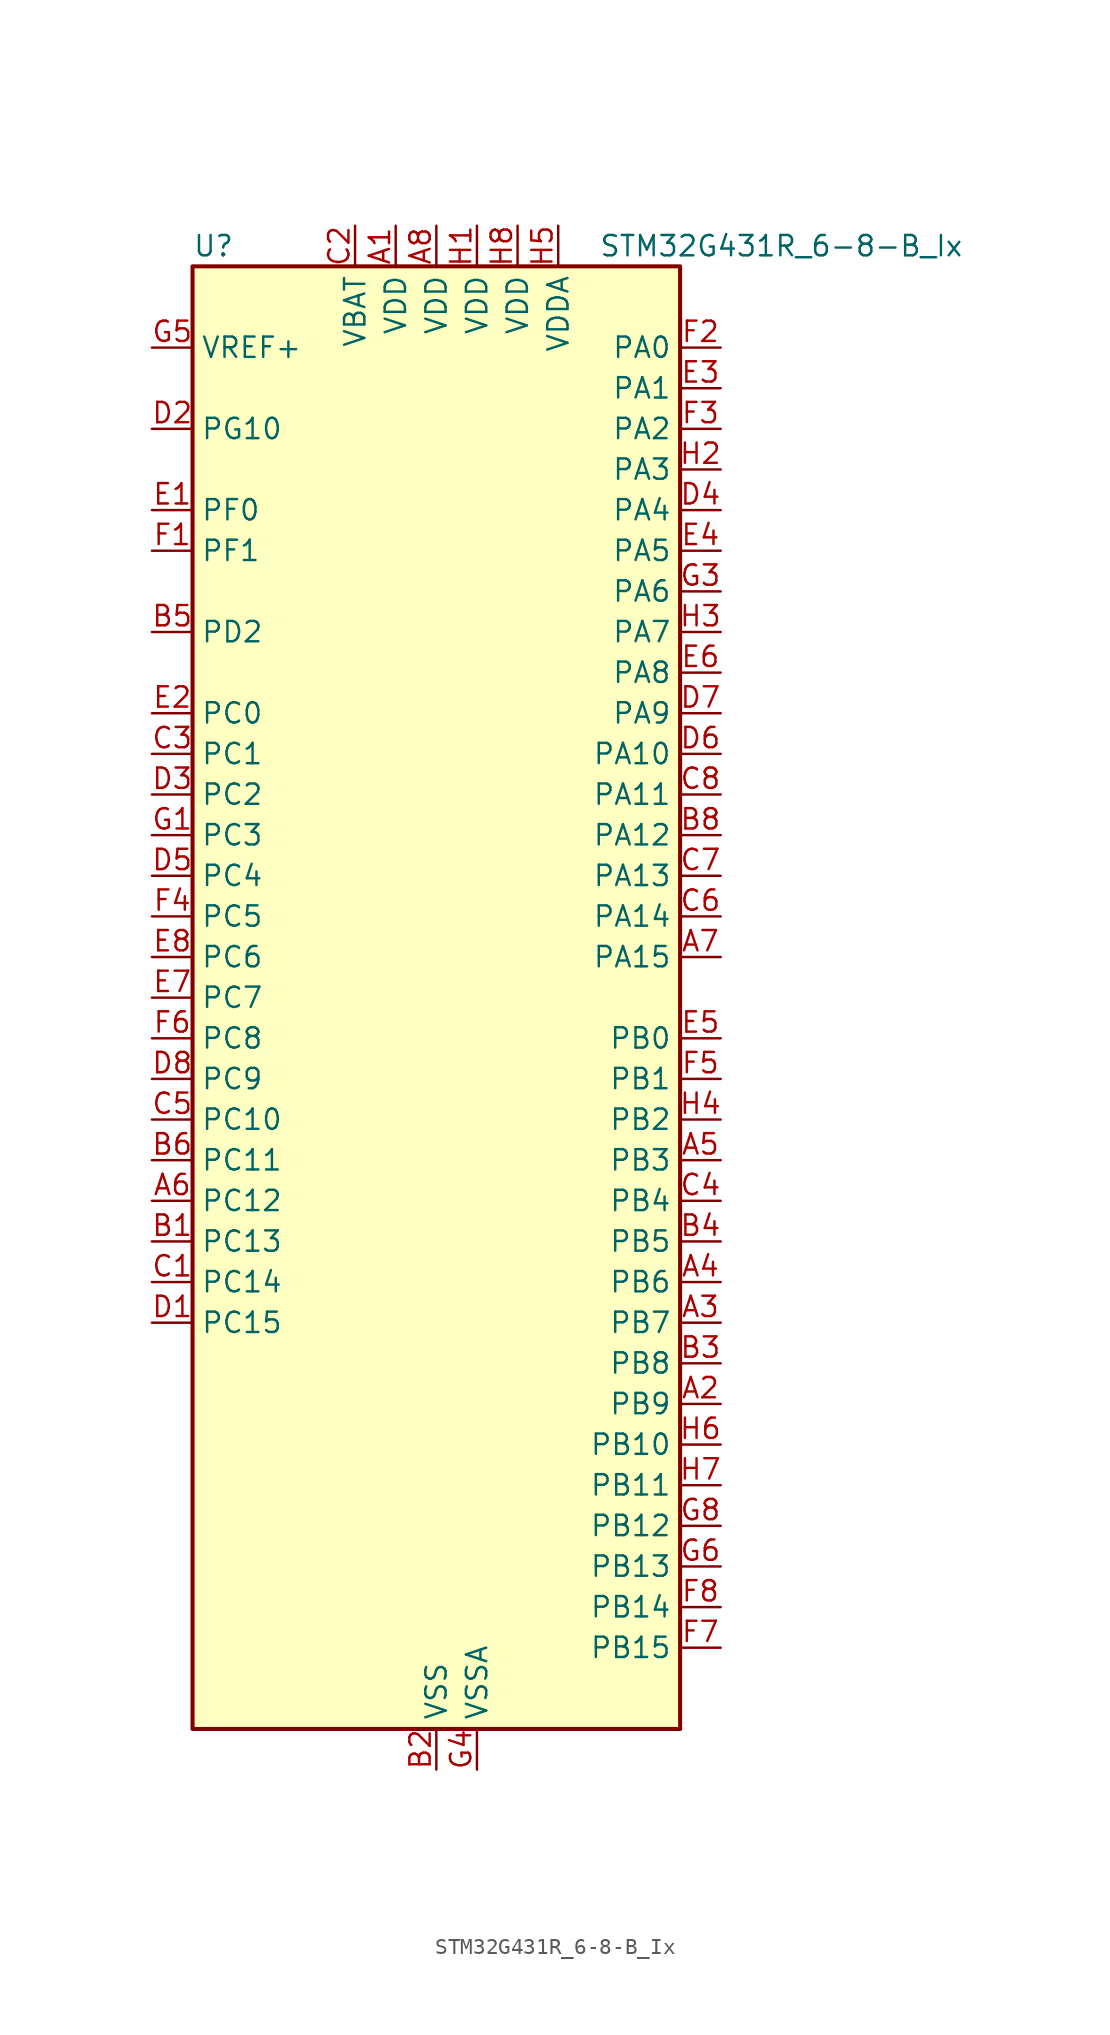
<source format=kicad_sym>
(kicad_symbol_lib
  (version 20241209)
  (generator "kicad_symbol_editor")
  (generator_version "9.0")
  (symbol "STM32G431R_6-8-B_Ix"
    (property "Reference" "U"
      (at -15.24 46.99 0)
      (effects (font (size 1.27 1.27)) (justify left)))
    (property "Value" "STM32G431R_6-8-B_Ix"
      (at 10.16 46.99 0)
      (effects (font (size 1.27 1.27)) (justify left)))
    (symbol "STM32G431R_6-8-B_Ix_0_1"
      (rectangle (start -15.24 -45.72) (end 15.24 45.72) (stroke (width 0.254) (type default)) (fill (type background))))
    (symbol "STM32G431R_6-8-B_Ix_1_1"
      (pin input line (at -17.78 40.64 0) (length 2.54) (name "VREF+" (effects (font (size 1.27 1.27)))) (number "G5" (effects (font (size 1.27 1.27)))) (alternate "VREFBUF_OUT" bidirectional line))
      (pin bidirectional line (at -17.78 35.56 0) (length 2.54) (name "PG10" (effects (font (size 1.27 1.27)))) (number "D2" (effects (font (size 1.27 1.27)))) (alternate "DAC1_EXTI10" bidirectional line) (alternate "DAC3_EXTI10" bidirectional line) (alternate "RCC_MCO" bidirectional line))
      (pin bidirectional line (at -17.78 30.48 0) (length 2.54) (name "PF0" (effects (font (size 1.27 1.27)))) (number "E1" (effects (font (size 1.27 1.27)))) (alternate "ADC1_IN10" bidirectional line) (alternate "I2C2_SDA" bidirectional line) (alternate "I2S2_WS" bidirectional line) (alternate "RCC_OSC_IN" bidirectional line) (alternate "SPI2_NSS" bidirectional line) (alternate "TIM1_CH3N" bidirectional line))
      (pin bidirectional line (at -17.78 27.94 0) (length 2.54) (name "PF1" (effects (font (size 1.27 1.27)))) (number "F1" (effects (font (size 1.27 1.27)))) (alternate "ADC2_IN10" bidirectional line) (alternate "COMP3_INM" bidirectional line) (alternate "I2S2_CK" bidirectional line) (alternate "RCC_OSC_OUT" bidirectional line) (alternate "SPI2_SCK" bidirectional line))
      (pin bidirectional line (at -17.78 22.86 0) (length 2.54) (name "PD2" (effects (font (size 1.27 1.27)))) (number "B5" (effects (font (size 1.27 1.27)))) (alternate "TIM3_ETR" bidirectional line) (alternate "TIM8_BKIN" bidirectional line))
      (pin bidirectional line (at -17.78 17.78 0) (length 2.54) (name "PC0" (effects (font (size 1.27 1.27)))) (number "E2" (effects (font (size 1.27 1.27)))) (alternate "ADC1_IN6" bidirectional line) (alternate "ADC2_IN6" bidirectional line) (alternate "COMP3_INM" bidirectional line) (alternate "LPTIM1_IN1" bidirectional line) (alternate "LPUART1_RX" bidirectional line) (alternate "TIM1_CH1" bidirectional line))
      (pin bidirectional line (at -17.78 15.24 0) (length 2.54) (name "PC1" (effects (font (size 1.27 1.27)))) (number "C3" (effects (font (size 1.27 1.27)))) (alternate "ADC1_IN7" bidirectional line) (alternate "ADC2_IN7" bidirectional line) (alternate "COMP3_INP" bidirectional line) (alternate "LPTIM1_OUT" bidirectional line) (alternate "LPUART1_TX" bidirectional line) (alternate "SAI1_SD_A" bidirectional line) (alternate "TIM1_CH2" bidirectional line))
      (pin bidirectional line (at -17.78 12.7 0) (length 2.54) (name "PC2" (effects (font (size 1.27 1.27)))) (number "D3" (effects (font (size 1.27 1.27)))) (alternate "ADC1_IN8" bidirectional line) (alternate "ADC2_IN8" bidirectional line) (alternate "COMP3_OUT" bidirectional line) (alternate "LPTIM1_IN2" bidirectional line) (alternate "TIM1_CH3" bidirectional line))
      (pin bidirectional line (at -17.78 10.16 0) (length 2.54) (name "PC3" (effects (font (size 1.27 1.27)))) (number "G1" (effects (font (size 1.27 1.27)))) (alternate "ADC1_IN9" bidirectional line) (alternate "ADC2_IN9" bidirectional line) (alternate "LPTIM1_ETR" bidirectional line) (alternate "SAI1_D1" bidirectional line) (alternate "SAI1_SD_A" bidirectional line) (alternate "TIM1_BKIN2" bidirectional line) (alternate "TIM1_CH4" bidirectional line))
      (pin bidirectional line (at -17.78 7.62 0) (length 2.54) (name "PC4" (effects (font (size 1.27 1.27)))) (number "D5" (effects (font (size 1.27 1.27)))) (alternate "ADC2_IN5" bidirectional line) (alternate "I2C2_SCL" bidirectional line) (alternate "TIM1_ETR" bidirectional line) (alternate "USART1_TX" bidirectional line))
      (pin bidirectional line (at -17.78 5.08 0) (length 2.54) (name "PC5" (effects (font (size 1.27 1.27)))) (number "F4" (effects (font (size 1.27 1.27)))) (alternate "ADC2_IN11" bidirectional line) (alternate "OPAMP1_VINM" bidirectional line) (alternate "OPAMP1_VINM1" bidirectional line) (alternate "OPAMP1_VINM_SEC" bidirectional line) (alternate "OPAMP2_VINM" bidirectional line) (alternate "OPAMP2_VINM1" bidirectional line) (alternate "OPAMP2_VINM_SEC" bidirectional line) (alternate "SAI1_D3" bidirectional line) (alternate "SYS_WKUP5" bidirectional line) (alternate "TIM15_BKIN" bidirectional line) (alternate "TIM1_CH4N" bidirectional line) (alternate "USART1_RX" bidirectional line))
      (pin bidirectional line (at -17.78 2.54 0) (length 2.54) (name "PC6" (effects (font (size 1.27 1.27)))) (number "E8" (effects (font (size 1.27 1.27)))) (alternate "I2S2_MCK" bidirectional line) (alternate "TIM3_CH1" bidirectional line) (alternate "TIM8_CH1" bidirectional line))
      (pin bidirectional line (at -17.78 0 0) (length 2.54) (name "PC7" (effects (font (size 1.27 1.27)))) (number "E7" (effects (font (size 1.27 1.27)))) (alternate "I2S3_MCK" bidirectional line) (alternate "TIM3_CH2" bidirectional line) (alternate "TIM8_CH2" bidirectional line))
      (pin bidirectional line (at -17.78 -2.54 0) (length 2.54) (name "PC8" (effects (font (size 1.27 1.27)))) (number "F6" (effects (font (size 1.27 1.27)))) (alternate "I2C3_SCL" bidirectional line) (alternate "TIM3_CH3" bidirectional line) (alternate "TIM8_CH3" bidirectional line))
      (pin bidirectional line (at -17.78 -5.08 0) (length 2.54) (name "PC9" (effects (font (size 1.27 1.27)))) (number "D8" (effects (font (size 1.27 1.27)))) (alternate "DAC1_EXTI9" bidirectional line) (alternate "DAC3_EXTI9" bidirectional line) (alternate "I2C3_SDA" bidirectional line) (alternate "I2S_CKIN" bidirectional line) (alternate "TIM3_CH4" bidirectional line) (alternate "TIM8_BKIN2" bidirectional line) (alternate "TIM8_CH4" bidirectional line))
      (pin bidirectional line (at -17.78 -7.62 0) (length 2.54) (name "PC10" (effects (font (size 1.27 1.27)))) (number "C5" (effects (font (size 1.27 1.27)))) (alternate "DAC1_EXTI10" bidirectional line) (alternate "DAC3_EXTI10" bidirectional line) (alternate "I2S3_CK" bidirectional line) (alternate "SPI3_SCK" bidirectional line) (alternate "TIM8_CH1N" bidirectional line) (alternate "UART4_TX" bidirectional line) (alternate "USART3_TX" bidirectional line))
      (pin bidirectional line (at -17.78 -10.16 0) (length 2.54) (name "PC11" (effects (font (size 1.27 1.27)))) (number "B6" (effects (font (size 1.27 1.27)))) (alternate "ADC1_EXTI11" bidirectional line) (alternate "ADC2_EXTI11" bidirectional line) (alternate "I2C3_SDA" bidirectional line) (alternate "SPI3_MISO" bidirectional line) (alternate "TIM8_CH2N" bidirectional line) (alternate "UART4_RX" bidirectional line) (alternate "USART3_RX" bidirectional line))
      (pin bidirectional line (at -17.78 -12.7 0) (length 2.54) (name "PC12" (effects (font (size 1.27 1.27)))) (number "A6" (effects (font (size 1.27 1.27)))) (alternate "I2S3_SD" bidirectional line) (alternate "SPI3_MOSI" bidirectional line) (alternate "TIM8_CH3N" bidirectional line) (alternate "UCPD1_FRSTX1" bidirectional line) (alternate "UCPD1_FRSTX2" bidirectional line) (alternate "USART3_CK" bidirectional line))
      (pin bidirectional line (at -17.78 -15.24 0) (length 2.54) (name "PC13" (effects (font (size 1.27 1.27)))) (number "B1" (effects (font (size 1.27 1.27)))) (alternate "RTC_OUT1" bidirectional line) (alternate "RTC_TAMP1" bidirectional line) (alternate "RTC_TS" bidirectional line) (alternate "SYS_WKUP2" bidirectional line) (alternate "TIM1_BKIN" bidirectional line) (alternate "TIM1_CH1N" bidirectional line) (alternate "TIM8_CH4N" bidirectional line))
      (pin bidirectional line (at -17.78 -17.78 0) (length 2.54) (name "PC14" (effects (font (size 1.27 1.27)))) (number "C1" (effects (font (size 1.27 1.27)))) (alternate "RCC_OSC32_IN" bidirectional line))
      (pin bidirectional line (at -17.78 -20.32 0) (length 2.54) (name "PC15" (effects (font (size 1.27 1.27)))) (number "D1" (effects (font (size 1.27 1.27)))) (alternate "ADC1_EXTI15" bidirectional line) (alternate "ADC2_EXTI15" bidirectional line) (alternate "RCC_OSC32_OUT" bidirectional line))
      (pin power_in line (at -5.08 48.26 270) (length 2.54) (name "VBAT" (effects (font (size 1.27 1.27)))) (number "C2" (effects (font (size 1.27 1.27)))))
      (pin power_in line (at -2.54 48.26 270) (length 2.54) (name "VDD" (effects (font (size 1.27 1.27)))) (number "A1" (effects (font (size 1.27 1.27)))))
      (pin power_in line (at 0 48.26 270) (length 2.54) (name "VDD" (effects (font (size 1.27 1.27)))) (number "A8" (effects (font (size 1.27 1.27)))))
      (pin power_in line (at 0 -48.26 90) (length 2.54) (name "VSS" (effects (font (size 1.27 1.27)))) (number "B2" (effects (font (size 1.27 1.27)))))
      (pin passive line (at 0 -48.26 90) (length 2.54) (hide yes) (name "VSS" (effects (font (size 1.27 1.27)))) (number "B7" (effects (font (size 1.27 1.27)))))
      (pin passive line (at 0 -48.26 90) (length 2.54) (hide yes) (name "VSS" (effects (font (size 1.27 1.27)))) (number "G2" (effects (font (size 1.27 1.27)))))
      (pin passive line (at 0 -48.26 90) (length 2.54) (hide yes) (name "VSS" (effects (font (size 1.27 1.27)))) (number "G7" (effects (font (size 1.27 1.27)))))
      (pin power_in line (at 2.54 48.26 270) (length 2.54) (name "VDD" (effects (font (size 1.27 1.27)))) (number "H1" (effects (font (size 1.27 1.27)))))
      (pin power_in line (at 2.54 -48.26 90) (length 2.54) (name "VSSA" (effects (font (size 1.27 1.27)))) (number "G4" (effects (font (size 1.27 1.27)))))
      (pin power_in line (at 5.08 48.26 270) (length 2.54) (name "VDD" (effects (font (size 1.27 1.27)))) (number "H8" (effects (font (size 1.27 1.27)))))
      (pin power_in line (at 7.62 48.26 270) (length 2.54) (name "VDDA" (effects (font (size 1.27 1.27)))) (number "H5" (effects (font (size 1.27 1.27)))))
      (pin bidirectional line (at 17.78 40.64 180) (length 2.54) (name "PA0" (effects (font (size 1.27 1.27)))) (number "F2" (effects (font (size 1.27 1.27)))) (alternate "ADC1_IN1" bidirectional line) (alternate "ADC2_IN1" bidirectional line) (alternate "COMP1_INM" bidirectional line) (alternate "COMP1_OUT" bidirectional line) (alternate "COMP3_INP" bidirectional line) (alternate "RTC_TAMP2" bidirectional line) (alternate "SYS_WKUP1" bidirectional line) (alternate "TIM2_CH1" bidirectional line) (alternate "TIM2_ETR" bidirectional line) (alternate "TIM8_BKIN" bidirectional line) (alternate "TIM8_ETR" bidirectional line) (alternate "USART2_CTS" bidirectional line) (alternate "USART2_NSS" bidirectional line))
      (pin bidirectional line (at 17.78 38.1 180) (length 2.54) (name "PA1" (effects (font (size 1.27 1.27)))) (number "E3" (effects (font (size 1.27 1.27)))) (alternate "ADC1_IN2" bidirectional line) (alternate "ADC2_IN2" bidirectional line) (alternate "COMP1_INP" bidirectional line) (alternate "OPAMP1_VINP" bidirectional line) (alternate "OPAMP1_VINP_SEC" bidirectional line) (alternate "OPAMP3_VINP" bidirectional line) (alternate "OPAMP3_VINP_SEC" bidirectional line) (alternate "RTC_REFIN" bidirectional line) (alternate "TIM15_CH1N" bidirectional line) (alternate "TIM2_CH2" bidirectional line) (alternate "USART2_DE" bidirectional line) (alternate "USART2_RTS" bidirectional line))
      (pin bidirectional line (at 17.78 35.56 180) (length 2.54) (name "PA2" (effects (font (size 1.27 1.27)))) (number "F3" (effects (font (size 1.27 1.27)))) (alternate "ADC1_IN3" bidirectional line) (alternate "COMP2_INM" bidirectional line) (alternate "COMP2_OUT" bidirectional line) (alternate "LPUART1_TX" bidirectional line) (alternate "OPAMP1_VOUT" bidirectional line) (alternate "RCC_LSCO" bidirectional line) (alternate "SYS_WKUP4" bidirectional line) (alternate "TIM15_CH1" bidirectional line) (alternate "TIM2_CH3" bidirectional line) (alternate "UCPD1_FRSTX1" bidirectional line) (alternate "UCPD1_FRSTX2" bidirectional line) (alternate "USART2_TX" bidirectional line))
      (pin bidirectional line (at 17.78 33.02 180) (length 2.54) (name "PA3" (effects (font (size 1.27 1.27)))) (number "H2" (effects (font (size 1.27 1.27)))) (alternate "ADC1_IN4" bidirectional line) (alternate "COMP2_INP" bidirectional line) (alternate "LPUART1_RX" bidirectional line) (alternate "OPAMP1_VINM" bidirectional line) (alternate "OPAMP1_VINM0" bidirectional line) (alternate "OPAMP1_VINM_SEC" bidirectional line) (alternate "OPAMP1_VINP" bidirectional line) (alternate "OPAMP1_VINP_SEC" bidirectional line) (alternate "SAI1_CK1" bidirectional line) (alternate "SAI1_MCLK_A" bidirectional line) (alternate "TIM15_CH2" bidirectional line) (alternate "TIM2_CH4" bidirectional line) (alternate "USART2_RX" bidirectional line))
      (pin bidirectional line (at 17.78 30.48 180) (length 2.54) (name "PA4" (effects (font (size 1.27 1.27)))) (number "D4" (effects (font (size 1.27 1.27)))) (alternate "ADC2_IN17" bidirectional line) (alternate "COMP1_INM" bidirectional line) (alternate "DAC1_OUT1" bidirectional line) (alternate "I2S3_WS" bidirectional line) (alternate "SAI1_FS_B" bidirectional line) (alternate "SPI1_NSS" bidirectional line) (alternate "SPI3_NSS" bidirectional line) (alternate "TIM3_CH2" bidirectional line) (alternate "USART2_CK" bidirectional line))
      (pin bidirectional line (at 17.78 27.94 180) (length 2.54) (name "PA5" (effects (font (size 1.27 1.27)))) (number "E4" (effects (font (size 1.27 1.27)))) (alternate "ADC2_IN13" bidirectional line) (alternate "COMP2_INM" bidirectional line) (alternate "DAC1_OUT2" bidirectional line) (alternate "OPAMP2_VINM" bidirectional line) (alternate "OPAMP2_VINM0" bidirectional line) (alternate "OPAMP2_VINM_SEC" bidirectional line) (alternate "SPI1_SCK" bidirectional line) (alternate "TIM2_CH1" bidirectional line) (alternate "TIM2_ETR" bidirectional line) (alternate "UCPD1_FRSTX1" bidirectional line) (alternate "UCPD1_FRSTX2" bidirectional line))
      (pin bidirectional line (at 17.78 25.4 180) (length 2.54) (name "PA6" (effects (font (size 1.27 1.27)))) (number "G3" (effects (font (size 1.27 1.27)))) (alternate "ADC2_IN3" bidirectional line) (alternate "COMP1_OUT" bidirectional line) (alternate "LPUART1_CTS" bidirectional line) (alternate "OPAMP2_VOUT" bidirectional line) (alternate "SPI1_MISO" bidirectional line) (alternate "TIM16_CH1" bidirectional line) (alternate "TIM1_BKIN" bidirectional line) (alternate "TIM3_CH1" bidirectional line) (alternate "TIM8_BKIN" bidirectional line))
      (pin bidirectional line (at 17.78 22.86 180) (length 2.54) (name "PA7" (effects (font (size 1.27 1.27)))) (number "H3" (effects (font (size 1.27 1.27)))) (alternate "ADC2_IN4" bidirectional line) (alternate "COMP2_INP" bidirectional line) (alternate "COMP2_OUT" bidirectional line) (alternate "OPAMP1_VINP" bidirectional line) (alternate "OPAMP1_VINP_SEC" bidirectional line) (alternate "OPAMP2_VINP" bidirectional line) (alternate "OPAMP2_VINP_SEC" bidirectional line) (alternate "SPI1_MOSI" bidirectional line) (alternate "TIM17_CH1" bidirectional line) (alternate "TIM1_CH1N" bidirectional line) (alternate "TIM3_CH2" bidirectional line) (alternate "TIM8_CH1N" bidirectional line) (alternate "UCPD1_FRSTX1" bidirectional line) (alternate "UCPD1_FRSTX2" bidirectional line))
      (pin bidirectional line (at 17.78 20.32 180) (length 2.54) (name "PA8" (effects (font (size 1.27 1.27)))) (number "E6" (effects (font (size 1.27 1.27)))) (alternate "I2C2_SDA" bidirectional line) (alternate "I2C3_SCL" bidirectional line) (alternate "I2S2_MCK" bidirectional line) (alternate "RCC_MCO" bidirectional line) (alternate "SAI1_CK2" bidirectional line) (alternate "SAI1_SCK_A" bidirectional line) (alternate "TIM1_CH1" bidirectional line) (alternate "TIM4_ETR" bidirectional line) (alternate "USART1_CK" bidirectional line))
      (pin bidirectional line (at 17.78 17.78 180) (length 2.54) (name "PA9" (effects (font (size 1.27 1.27)))) (number "D7" (effects (font (size 1.27 1.27)))) (alternate "DAC1_EXTI9" bidirectional line) (alternate "DAC3_EXTI9" bidirectional line) (alternate "I2C2_SCL" bidirectional line) (alternate "I2C3_SMBA" bidirectional line) (alternate "I2S3_MCK" bidirectional line) (alternate "SAI1_FS_A" bidirectional line) (alternate "TIM15_BKIN" bidirectional line) (alternate "TIM1_CH2" bidirectional line) (alternate "TIM2_CH3" bidirectional line) (alternate "UCPD1_DBCC1" bidirectional line) (alternate "USART1_TX" bidirectional line))
      (pin bidirectional line (at 17.78 15.24 180) (length 2.54) (name "PA10" (effects (font (size 1.27 1.27)))) (number "D6" (effects (font (size 1.27 1.27)))) (alternate "CRS_SYNC" bidirectional line) (alternate "DAC1_EXTI10" bidirectional line) (alternate "DAC3_EXTI10" bidirectional line) (alternate "I2C2_SMBA" bidirectional line) (alternate "SAI1_D1" bidirectional line) (alternate "SAI1_SD_A" bidirectional line) (alternate "SPI2_MISO" bidirectional line) (alternate "TIM17_BKIN" bidirectional line) (alternate "TIM1_CH3" bidirectional line) (alternate "TIM2_CH4" bidirectional line) (alternate "TIM8_BKIN" bidirectional line) (alternate "UCPD1_DBCC2" bidirectional line) (alternate "USART1_RX" bidirectional line))
      (pin bidirectional line (at 17.78 12.7 180) (length 2.54) (name "PA11" (effects (font (size 1.27 1.27)))) (number "C8" (effects (font (size 1.27 1.27)))) (alternate "ADC1_EXTI11" bidirectional line) (alternate "ADC2_EXTI11" bidirectional line) (alternate "COMP1_OUT" bidirectional line) (alternate "FDCAN1_RX" bidirectional line) (alternate "I2S2_SD" bidirectional line) (alternate "SPI2_MOSI" bidirectional line) (alternate "TIM1_BKIN2" bidirectional line) (alternate "TIM1_CH1N" bidirectional line) (alternate "TIM1_CH4" bidirectional line) (alternate "TIM4_CH1" bidirectional line) (alternate "USART1_CTS" bidirectional line) (alternate "USART1_NSS" bidirectional line) (alternate "USB_DM" bidirectional line))
      (pin bidirectional line (at 17.78 10.16 180) (length 2.54) (name "PA12" (effects (font (size 1.27 1.27)))) (number "B8" (effects (font (size 1.27 1.27)))) (alternate "COMP2_OUT" bidirectional line) (alternate "FDCAN1_TX" bidirectional line) (alternate "I2S_CKIN" bidirectional line) (alternate "TIM16_CH1" bidirectional line) (alternate "TIM1_CH2N" bidirectional line) (alternate "TIM1_ETR" bidirectional line) (alternate "TIM4_CH2" bidirectional line) (alternate "USART1_DE" bidirectional line) (alternate "USART1_RTS" bidirectional line) (alternate "USB_DP" bidirectional line))
      (pin bidirectional line (at 17.78 7.62 180) (length 2.54) (name "PA13" (effects (font (size 1.27 1.27)))) (number "C7" (effects (font (size 1.27 1.27)))) (alternate "I2C1_SCL" bidirectional line) (alternate "IR_OUT" bidirectional line) (alternate "SAI1_SD_B" bidirectional line) (alternate "SYS_JTMS-SWDIO" bidirectional line) (alternate "TIM16_CH1N" bidirectional line) (alternate "TIM4_CH3" bidirectional line) (alternate "USART3_CTS" bidirectional line) (alternate "USART3_NSS" bidirectional line))
      (pin bidirectional line (at 17.78 5.08 180) (length 2.54) (name "PA14" (effects (font (size 1.27 1.27)))) (number "C6" (effects (font (size 1.27 1.27)))) (alternate "I2C1_SDA" bidirectional line) (alternate "LPTIM1_OUT" bidirectional line) (alternate "SAI1_FS_B" bidirectional line) (alternate "SYS_JTCK-SWCLK" bidirectional line) (alternate "TIM1_BKIN" bidirectional line) (alternate "TIM8_CH2" bidirectional line) (alternate "USART2_TX" bidirectional line))
      (pin bidirectional line (at 17.78 2.54 180) (length 2.54) (name "PA15" (effects (font (size 1.27 1.27)))) (number "A7" (effects (font (size 1.27 1.27)))) (alternate "ADC1_EXTI15" bidirectional line) (alternate "ADC2_EXTI15" bidirectional line) (alternate "I2C1_SCL" bidirectional line) (alternate "I2S3_WS" bidirectional line) (alternate "SPI1_NSS" bidirectional line) (alternate "SPI3_NSS" bidirectional line) (alternate "SYS_JTDI" bidirectional line) (alternate "TIM1_BKIN" bidirectional line) (alternate "TIM2_CH1" bidirectional line) (alternate "TIM2_ETR" bidirectional line) (alternate "TIM8_CH1" bidirectional line) (alternate "UART4_DE" bidirectional line) (alternate "UART4_RTS" bidirectional line) (alternate "USART2_RX" bidirectional line))
      (pin bidirectional line (at 17.78 -2.54 180) (length 2.54) (name "PB0" (effects (font (size 1.27 1.27)))) (number "E5" (effects (font (size 1.27 1.27)))) (alternate "ADC1_IN15" bidirectional line) (alternate "COMP4_INP" bidirectional line) (alternate "OPAMP2_VINP" bidirectional line) (alternate "OPAMP2_VINP_SEC" bidirectional line) (alternate "OPAMP3_VINP" bidirectional line) (alternate "OPAMP3_VINP_SEC" bidirectional line) (alternate "TIM1_CH2N" bidirectional line) (alternate "TIM3_CH3" bidirectional line) (alternate "TIM8_CH2N" bidirectional line) (alternate "UCPD1_FRSTX1" bidirectional line) (alternate "UCPD1_FRSTX2" bidirectional line))
      (pin bidirectional line (at 17.78 -5.08 180) (length 2.54) (name "PB1" (effects (font (size 1.27 1.27)))) (number "F5" (effects (font (size 1.27 1.27)))) (alternate "ADC1_IN12" bidirectional line) (alternate "COMP1_INP" bidirectional line) (alternate "COMP4_OUT" bidirectional line) (alternate "LPUART1_DE" bidirectional line) (alternate "LPUART1_RTS" bidirectional line) (alternate "OPAMP3_VOUT" bidirectional line) (alternate "TIM1_CH3N" bidirectional line) (alternate "TIM3_CH4" bidirectional line) (alternate "TIM8_CH3N" bidirectional line))
      (pin bidirectional line (at 17.78 -7.62 180) (length 2.54) (name "PB2" (effects (font (size 1.27 1.27)))) (number "H4" (effects (font (size 1.27 1.27)))) (alternate "ADC2_IN12" bidirectional line) (alternate "COMP4_INM" bidirectional line) (alternate "I2C3_SMBA" bidirectional line) (alternate "LPTIM1_OUT" bidirectional line) (alternate "OPAMP3_VINM" bidirectional line) (alternate "OPAMP3_VINM0" bidirectional line) (alternate "OPAMP3_VINM_SEC" bidirectional line) (alternate "RTC_OUT2" bidirectional line))
      (pin bidirectional line (at 17.78 -10.16 180) (length 2.54) (name "PB3" (effects (font (size 1.27 1.27)))) (number "A5" (effects (font (size 1.27 1.27)))) (alternate "CRS_SYNC" bidirectional line) (alternate "I2S3_CK" bidirectional line) (alternate "SAI1_SCK_B" bidirectional line) (alternate "SPI1_SCK" bidirectional line) (alternate "SPI3_SCK" bidirectional line) (alternate "SYS_JTDO-SWO" bidirectional line) (alternate "TIM2_CH2" bidirectional line) (alternate "TIM3_ETR" bidirectional line) (alternate "TIM4_ETR" bidirectional line) (alternate "TIM8_CH1N" bidirectional line) (alternate "USART2_TX" bidirectional line))
      (pin bidirectional line (at 17.78 -12.7 180) (length 2.54) (name "PB4" (effects (font (size 1.27 1.27)))) (number "C4" (effects (font (size 1.27 1.27)))) (alternate "SAI1_MCLK_B" bidirectional line) (alternate "SPI1_MISO" bidirectional line) (alternate "SPI3_MISO" bidirectional line) (alternate "SYS_JTRST" bidirectional line) (alternate "TIM16_CH1" bidirectional line) (alternate "TIM17_BKIN" bidirectional line) (alternate "TIM3_CH1" bidirectional line) (alternate "TIM8_CH2N" bidirectional line) (alternate "UCPD1_CC2" bidirectional line) (alternate "USART2_RX" bidirectional line))
      (pin bidirectional line (at 17.78 -15.24 180) (length 2.54) (name "PB5" (effects (font (size 1.27 1.27)))) (number "B4" (effects (font (size 1.27 1.27)))) (alternate "I2C1_SMBA" bidirectional line) (alternate "I2C3_SDA" bidirectional line) (alternate "I2S3_SD" bidirectional line) (alternate "LPTIM1_IN1" bidirectional line) (alternate "SAI1_SD_B" bidirectional line) (alternate "SPI1_MOSI" bidirectional line) (alternate "SPI3_MOSI" bidirectional line) (alternate "TIM16_BKIN" bidirectional line) (alternate "TIM17_CH1" bidirectional line) (alternate "TIM3_CH2" bidirectional line) (alternate "TIM8_CH3N" bidirectional line) (alternate "USART2_CK" bidirectional line))
      (pin bidirectional line (at 17.78 -17.78 180) (length 2.54) (name "PB6" (effects (font (size 1.27 1.27)))) (number "A4" (effects (font (size 1.27 1.27)))) (alternate "COMP4_OUT" bidirectional line) (alternate "LPTIM1_ETR" bidirectional line) (alternate "SAI1_FS_B" bidirectional line) (alternate "TIM16_CH1N" bidirectional line) (alternate "TIM4_CH1" bidirectional line) (alternate "TIM8_BKIN2" bidirectional line) (alternate "TIM8_CH1" bidirectional line) (alternate "TIM8_ETR" bidirectional line) (alternate "UCPD1_CC1" bidirectional line) (alternate "USART1_TX" bidirectional line))
      (pin bidirectional line (at 17.78 -20.32 180) (length 2.54) (name "PB7" (effects (font (size 1.27 1.27)))) (number "A3" (effects (font (size 1.27 1.27)))) (alternate "COMP3_OUT" bidirectional line) (alternate "I2C1_SDA" bidirectional line) (alternate "LPTIM1_IN2" bidirectional line) (alternate "SYS_PVD_IN" bidirectional line) (alternate "TIM17_CH1N" bidirectional line) (alternate "TIM3_CH4" bidirectional line) (alternate "TIM4_CH2" bidirectional line) (alternate "TIM8_BKIN" bidirectional line) (alternate "UART4_CTS" bidirectional line) (alternate "USART1_RX" bidirectional line))
      (pin bidirectional line (at 17.78 -22.86 180) (length 2.54) (name "PB8" (effects (font (size 1.27 1.27)))) (number "B3" (effects (font (size 1.27 1.27)))) (alternate "COMP1_OUT" bidirectional line) (alternate "FDCAN1_RX" bidirectional line) (alternate "I2C1_SCL" bidirectional line) (alternate "SAI1_CK1" bidirectional line) (alternate "SAI1_MCLK_A" bidirectional line) (alternate "TIM16_CH1" bidirectional line) (alternate "TIM1_BKIN" bidirectional line) (alternate "TIM4_CH3" bidirectional line) (alternate "TIM8_CH2" bidirectional line) (alternate "USART3_RX" bidirectional line))
      (pin bidirectional line (at 17.78 -25.4 180) (length 2.54) (name "PB9" (effects (font (size 1.27 1.27)))) (number "A2" (effects (font (size 1.27 1.27)))) (alternate "COMP2_OUT" bidirectional line) (alternate "DAC1_EXTI9" bidirectional line) (alternate "DAC3_EXTI9" bidirectional line) (alternate "FDCAN1_TX" bidirectional line) (alternate "I2C1_SDA" bidirectional line) (alternate "IR_OUT" bidirectional line) (alternate "SAI1_D2" bidirectional line) (alternate "SAI1_FS_A" bidirectional line) (alternate "TIM17_CH1" bidirectional line) (alternate "TIM1_CH3N" bidirectional line) (alternate "TIM4_CH4" bidirectional line) (alternate "TIM8_CH3" bidirectional line) (alternate "USART3_TX" bidirectional line))
      (pin bidirectional line (at 17.78 -27.94 180) (length 2.54) (name "PB10" (effects (font (size 1.27 1.27)))) (number "H6" (effects (font (size 1.27 1.27)))) (alternate "DAC1_EXTI10" bidirectional line) (alternate "DAC3_EXTI10" bidirectional line) (alternate "LPUART1_RX" bidirectional line) (alternate "OPAMP3_VINM" bidirectional line) (alternate "OPAMP3_VINM1" bidirectional line) (alternate "OPAMP3_VINM_SEC" bidirectional line) (alternate "SAI1_SCK_A" bidirectional line) (alternate "TIM1_BKIN" bidirectional line) (alternate "TIM2_CH3" bidirectional line) (alternate "USART3_TX" bidirectional line))
      (pin bidirectional line (at 17.78 -30.48 180) (length 2.54) (name "PB11" (effects (font (size 1.27 1.27)))) (number "H7" (effects (font (size 1.27 1.27)))) (alternate "ADC1_EXTI11" bidirectional line) (alternate "ADC1_IN14" bidirectional line) (alternate "ADC2_EXTI11" bidirectional line) (alternate "ADC2_IN14" bidirectional line) (alternate "LPUART1_TX" bidirectional line) (alternate "TIM2_CH4" bidirectional line) (alternate "USART3_RX" bidirectional line))
      (pin bidirectional line (at 17.78 -33.02 180) (length 2.54) (name "PB12" (effects (font (size 1.27 1.27)))) (number "G8" (effects (font (size 1.27 1.27)))) (alternate "ADC1_IN11" bidirectional line) (alternate "I2C2_SMBA" bidirectional line) (alternate "I2S2_WS" bidirectional line) (alternate "LPUART1_DE" bidirectional line) (alternate "LPUART1_RTS" bidirectional line) (alternate "SPI2_NSS" bidirectional line) (alternate "TIM1_BKIN" bidirectional line) (alternate "USART3_CK" bidirectional line))
      (pin bidirectional line (at 17.78 -35.56 180) (length 2.54) (name "PB13" (effects (font (size 1.27 1.27)))) (number "G6" (effects (font (size 1.27 1.27)))) (alternate "I2S2_CK" bidirectional line) (alternate "LPUART1_CTS" bidirectional line) (alternate "OPAMP3_VINP" bidirectional line) (alternate "OPAMP3_VINP_SEC" bidirectional line) (alternate "SPI2_SCK" bidirectional line) (alternate "TIM1_CH1N" bidirectional line) (alternate "USART3_CTS" bidirectional line) (alternate "USART3_NSS" bidirectional line))
      (pin bidirectional line (at 17.78 -38.1 180) (length 2.54) (name "PB14" (effects (font (size 1.27 1.27)))) (number "F8" (effects (font (size 1.27 1.27)))) (alternate "ADC1_IN5" bidirectional line) (alternate "COMP4_OUT" bidirectional line) (alternate "OPAMP2_VINP" bidirectional line) (alternate "OPAMP2_VINP_SEC" bidirectional line) (alternate "SPI2_MISO" bidirectional line) (alternate "TIM15_CH1" bidirectional line) (alternate "TIM1_CH2N" bidirectional line) (alternate "USART3_DE" bidirectional line) (alternate "USART3_RTS" bidirectional line))
      (pin bidirectional line (at 17.78 -40.64 180) (length 2.54) (name "PB15" (effects (font (size 1.27 1.27)))) (number "F7" (effects (font (size 1.27 1.27)))) (alternate "ADC1_EXTI15" bidirectional line) (alternate "ADC2_EXTI15" bidirectional line) (alternate "ADC2_IN15" bidirectional line) (alternate "COMP3_OUT" bidirectional line) (alternate "I2S2_SD" bidirectional line) (alternate "RTC_REFIN" bidirectional line) (alternate "SPI2_MOSI" bidirectional line) (alternate "TIM15_CH1N" bidirectional line) (alternate "TIM15_CH2" bidirectional line) (alternate "TIM1_CH3N" bidirectional line)))))
</source>
